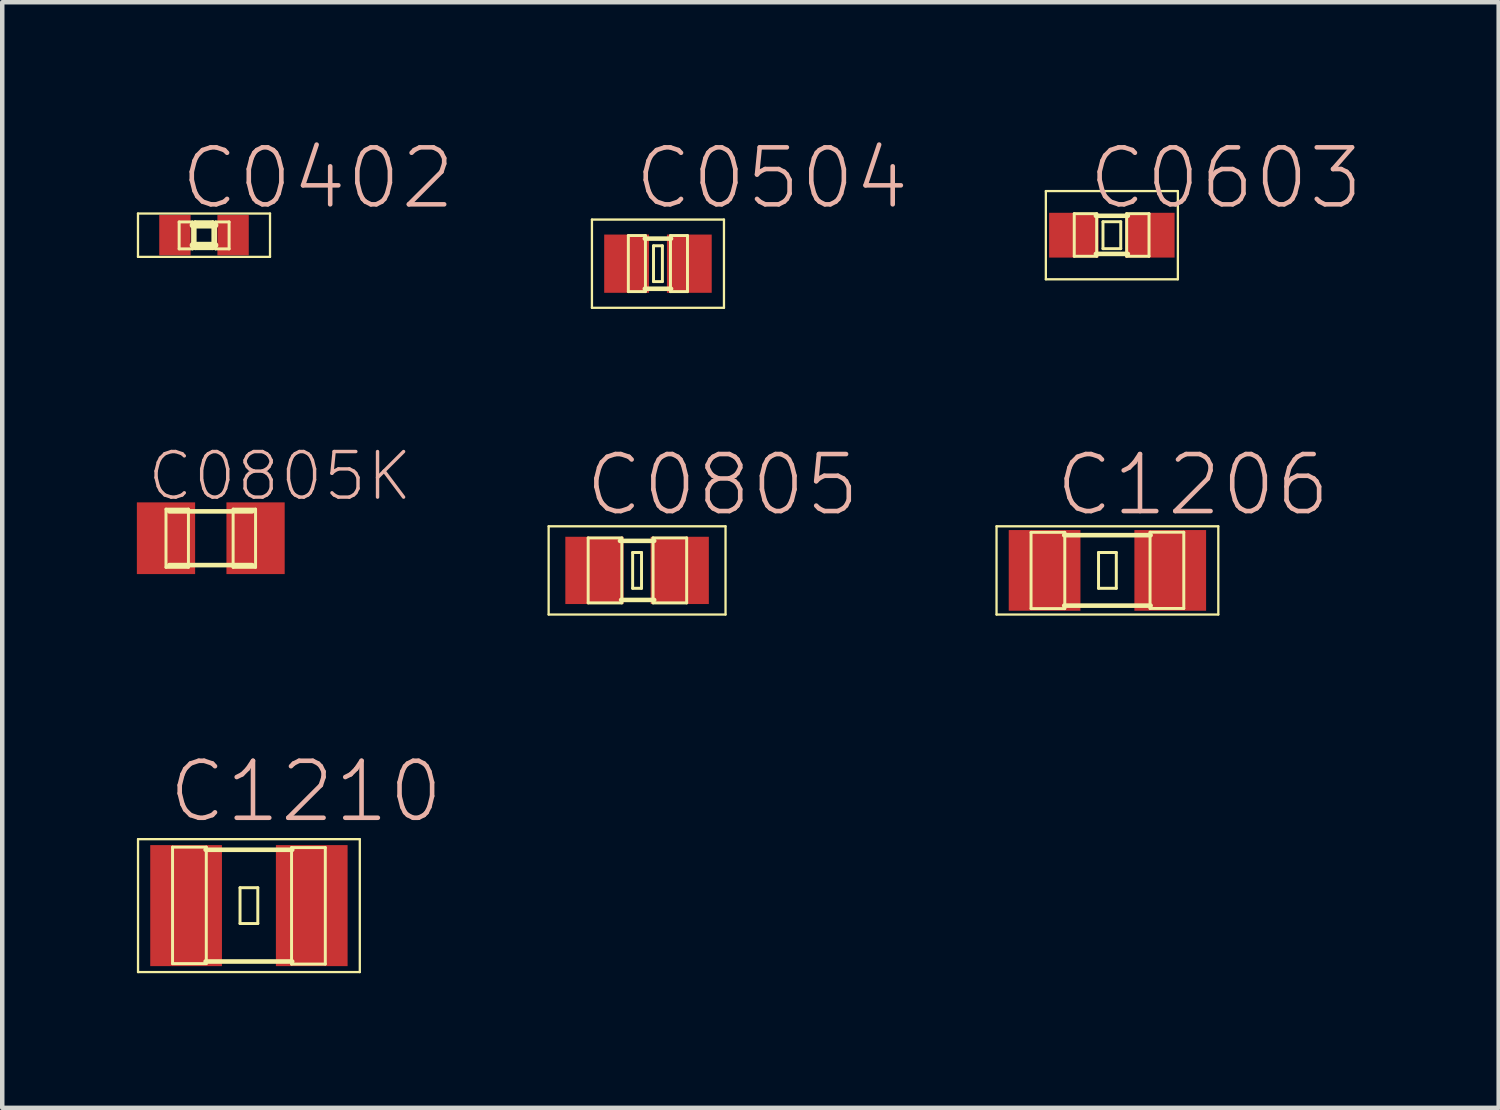
<source format=kicad_pcb>
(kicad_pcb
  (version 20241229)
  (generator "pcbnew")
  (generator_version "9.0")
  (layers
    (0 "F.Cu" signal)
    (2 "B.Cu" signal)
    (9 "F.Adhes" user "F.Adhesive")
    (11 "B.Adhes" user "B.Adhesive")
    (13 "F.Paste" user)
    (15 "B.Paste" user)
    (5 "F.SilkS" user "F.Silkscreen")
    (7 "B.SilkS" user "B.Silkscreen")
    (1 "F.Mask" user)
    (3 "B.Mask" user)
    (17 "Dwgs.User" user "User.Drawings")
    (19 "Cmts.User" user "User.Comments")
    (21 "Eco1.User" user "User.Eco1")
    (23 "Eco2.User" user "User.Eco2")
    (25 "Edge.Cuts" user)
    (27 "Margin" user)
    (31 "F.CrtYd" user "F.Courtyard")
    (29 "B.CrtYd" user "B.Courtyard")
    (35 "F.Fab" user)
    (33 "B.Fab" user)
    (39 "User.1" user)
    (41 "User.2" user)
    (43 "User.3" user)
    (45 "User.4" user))
  (footprint "C0402"
    (layer "F.Cu")
    (at 1.496 2.191)
    (property "Reference" "C0402" (at 2.54 -1.27 0) (layer "B.SilkS") (effects (font (size 1.27 1.27) (thickness 0.102))))
    (attr smd)
    (fp_line (start -1.471 -0.483) (end 1.471 -0.483) (stroke (width 0.051) (type solid)) (layer "F.SilkS"))
    (fp_line (start -1.471 0.483) (end -1.471 -0.483) (stroke (width 0.051) (type solid)) (layer "F.SilkS"))
    (fp_line (start -0.554 -0.295) (end -0.254 -0.295) (stroke (width 0.066) (type solid)) (layer "F.SilkS"))
    (fp_line (start -0.554 0.305) (end -0.554 -0.295) (stroke (width 0.066) (type solid)) (layer "F.SilkS"))
    (fp_line (start -0.554 0.305) (end -0.254 0.305) (stroke (width 0.066) (type solid)) (layer "F.SilkS"))
    (fp_line (start -0.254 0.305) (end -0.254 -0.295) (stroke (width 0.066) (type solid)) (layer "F.SilkS"))
    (fp_line (start -0.244 -0.224) (end 0.244 -0.224) (stroke (width 0.152) (type solid)) (layer "F.SilkS"))
    (fp_line (start -0.198 -0.3) (end 0.198 -0.3) (stroke (width 0.066) (type solid)) (layer "F.SilkS"))
    (fp_line (start -0.198 0.3) (end -0.198 -0.3) (stroke (width 0.066) (type solid)) (layer "F.SilkS"))
    (fp_line (start -0.198 0.3) (end 0.198 0.3) (stroke (width 0.066) (type solid)) (layer "F.SilkS"))
    (fp_line (start 0.198 0.3) (end 0.198 -0.3) (stroke (width 0.066) (type solid)) (layer "F.SilkS"))
    (fp_line (start 0.244 0.224) (end -0.244 0.224) (stroke (width 0.152) (type solid)) (layer "F.SilkS"))
    (fp_line (start 0.257 -0.295) (end 0.559 -0.295) (stroke (width 0.066) (type solid)) (layer "F.SilkS"))
    (fp_line (start 0.257 0.305) (end 0.257 -0.295) (stroke (width 0.066) (type solid)) (layer "F.SilkS"))
    (fp_line (start 0.257 0.305) (end 0.559 0.305) (stroke (width 0.066) (type solid)) (layer "F.SilkS"))
    (fp_line (start 0.559 0.305) (end 0.559 -0.295) (stroke (width 0.066) (type solid)) (layer "F.SilkS"))
    (fp_line (start 1.471 -0.483) (end 1.471 0.483) (stroke (width 0.051) (type solid)) (layer "F.SilkS"))
    (fp_line (start 1.471 0.483) (end -1.471 0.483) (stroke (width 0.051) (type solid)) (layer "F.SilkS"))
    (pad "1" smd rect (at -0.648 0) (size 0.699 0.899) (layers "F.Cu" "F.Mask" "F.Paste"))
    (pad "2" smd rect (at 0.648 0) (size 0.699 0.899) (layers "F.Cu" "F.Mask" "F.Paste")))
  (footprint "C0805K"
    (layer "F.Cu")
    (at 1.647 8.944)
    (property "Reference" "C0805K" (at 1.539 -1.382 0) (layer "B.SilkS") (effects (font (size 1.016 1.016) (thickness 0.076))))
    (attr smd)
    (fp_line (start -0.998 -0.648) (end -0.498 -0.648) (stroke (width 0.066) (type solid)) (layer "F.SilkS"))
    (fp_line (start -0.998 0.648) (end -0.998 -0.648) (stroke (width 0.066) (type solid)) (layer "F.SilkS"))
    (fp_line (start -0.998 0.648) (end -0.498 0.648) (stroke (width 0.066) (type solid)) (layer "F.SilkS"))
    (fp_line (start -0.925 -0.599) (end 0.925 -0.599) (stroke (width 0.102) (type solid)) (layer "F.SilkS"))
    (fp_line (start -0.498 0.648) (end -0.498 -0.648) (stroke (width 0.066) (type solid)) (layer "F.SilkS"))
    (fp_line (start 0.498 -0.648) (end 0.998 -0.648) (stroke (width 0.066) (type solid)) (layer "F.SilkS"))
    (fp_line (start 0.498 0.648) (end 0.498 -0.648) (stroke (width 0.066) (type solid)) (layer "F.SilkS"))
    (fp_line (start 0.498 0.648) (end 0.998 0.648) (stroke (width 0.066) (type solid)) (layer "F.SilkS"))
    (fp_line (start 0.925 0.599) (end -0.925 0.599) (stroke (width 0.102) (type solid)) (layer "F.SilkS"))
    (fp_line (start 0.998 0.648) (end 0.998 -0.648) (stroke (width 0.066) (type solid)) (layer "F.SilkS"))
    (pad "1" smd rect (at -0.998 0) (size 1.298 1.598) (layers "F.Cu" "F.Mask" "F.Paste"))
    (pad "2" smd rect (at 0.998 0) (size 1.298 1.598) (layers "F.Cu" "F.Mask" "F.Paste")))
  (footprint "C0603"
    (layer "F.Cu")
    (at 21.727 2.191)
    (property "Reference" "C0603" (at 2.54 -1.27 0) (layer "B.SilkS") (effects (font (size 1.27 1.27) (thickness 0.102))))
    (attr smd)
    (fp_line (start -1.471 -0.983) (end 1.471 -0.983) (stroke (width 0.051) (type solid)) (layer "F.SilkS"))
    (fp_line (start -1.471 0.983) (end -1.471 -0.983) (stroke (width 0.051) (type solid)) (layer "F.SilkS"))
    (fp_line (start -0.838 -0.48) (end -0.338 -0.48) (stroke (width 0.066) (type solid)) (layer "F.SilkS"))
    (fp_line (start -0.838 0.47) (end -0.838 -0.48) (stroke (width 0.066) (type solid)) (layer "F.SilkS"))
    (fp_line (start -0.838 0.47) (end -0.338 0.47) (stroke (width 0.066) (type solid)) (layer "F.SilkS"))
    (fp_line (start -0.356 -0.432) (end 0.356 -0.432) (stroke (width 0.102) (type solid)) (layer "F.SilkS"))
    (fp_line (start -0.356 0.417) (end 0.356 0.417) (stroke (width 0.102) (type solid)) (layer "F.SilkS"))
    (fp_line (start -0.338 0.47) (end -0.338 -0.48) (stroke (width 0.066) (type solid)) (layer "F.SilkS"))
    (fp_line (start -0.198 -0.3) (end 0.198 -0.3) (stroke (width 0.066) (type solid)) (layer "F.SilkS"))
    (fp_line (start -0.198 0.3) (end -0.198 -0.3) (stroke (width 0.066) (type solid)) (layer "F.SilkS"))
    (fp_line (start -0.198 0.3) (end 0.198 0.3) (stroke (width 0.066) (type solid)) (layer "F.SilkS"))
    (fp_line (start 0.198 0.3) (end 0.198 -0.3) (stroke (width 0.066) (type solid)) (layer "F.SilkS"))
    (fp_line (start 0.33 -0.48) (end 0.828 -0.48) (stroke (width 0.066) (type solid)) (layer "F.SilkS"))
    (fp_line (start 0.33 0.47) (end 0.33 -0.48) (stroke (width 0.066) (type solid)) (layer "F.SilkS"))
    (fp_line (start 0.33 0.47) (end 0.828 0.47) (stroke (width 0.066) (type solid)) (layer "F.SilkS"))
    (fp_line (start 0.828 0.47) (end 0.828 -0.48) (stroke (width 0.066) (type solid)) (layer "F.SilkS"))
    (fp_line (start 1.471 -0.983) (end 1.471 0.983) (stroke (width 0.051) (type solid)) (layer "F.SilkS"))
    (fp_line (start 1.471 0.983) (end -1.471 0.983) (stroke (width 0.051) (type solid)) (layer "F.SilkS"))
    (pad "1" smd rect (at -0.848 0) (size 1.1 0.998) (layers "F.Cu" "F.Mask" "F.Paste"))
    (pad "2" smd rect (at 0.848 0) (size 1.1 0.998) (layers "F.Cu" "F.Mask" "F.Paste")))
  (footprint "C0805"
    (layer "F.Cu")
    (at 11.147 9.661)
    (property "Reference" "C0805" (at 1.905 -1.905 0) (layer "B.SilkS") (effects (font (size 1.27 1.27) (thickness 0.102))))
    (attr smd)
    (fp_line (start -1.971 -0.983) (end 1.971 -0.983) (stroke (width 0.051) (type solid)) (layer "F.SilkS"))
    (fp_line (start -1.971 0.983) (end -1.971 -0.983) (stroke (width 0.051) (type solid)) (layer "F.SilkS"))
    (fp_line (start -1.09 -0.724) (end -0.34 -0.724) (stroke (width 0.066) (type solid)) (layer "F.SilkS"))
    (fp_line (start -1.09 0.724) (end -1.09 -0.724) (stroke (width 0.066) (type solid)) (layer "F.SilkS"))
    (fp_line (start -1.09 0.724) (end -0.34 0.724) (stroke (width 0.066) (type solid)) (layer "F.SilkS"))
    (fp_line (start -0.381 -0.658) (end 0.381 -0.658) (stroke (width 0.102) (type solid)) (layer "F.SilkS"))
    (fp_line (start -0.356 0.658) (end 0.381 0.658) (stroke (width 0.102) (type solid)) (layer "F.SilkS"))
    (fp_line (start -0.34 0.724) (end -0.34 -0.724) (stroke (width 0.066) (type solid)) (layer "F.SilkS"))
    (fp_line (start -0.099 -0.399) (end 0.099 -0.399) (stroke (width 0.066) (type solid)) (layer "F.SilkS"))
    (fp_line (start -0.099 0.399) (end -0.099 -0.399) (stroke (width 0.066) (type solid)) (layer "F.SilkS"))
    (fp_line (start -0.099 0.399) (end 0.099 0.399) (stroke (width 0.066) (type solid)) (layer "F.SilkS"))
    (fp_line (start 0.099 0.399) (end 0.099 -0.399) (stroke (width 0.066) (type solid)) (layer "F.SilkS"))
    (fp_line (start 0.356 -0.724) (end 1.105 -0.724) (stroke (width 0.066) (type solid)) (layer "F.SilkS"))
    (fp_line (start 0.356 0.724) (end 0.356 -0.724) (stroke (width 0.066) (type solid)) (layer "F.SilkS"))
    (fp_line (start 0.356 0.724) (end 1.105 0.724) (stroke (width 0.066) (type solid)) (layer "F.SilkS"))
    (fp_line (start 1.105 0.724) (end 1.105 -0.724) (stroke (width 0.066) (type solid)) (layer "F.SilkS"))
    (fp_line (start 1.971 -0.983) (end 1.971 0.983) (stroke (width 0.051) (type solid)) (layer "F.SilkS"))
    (fp_line (start 1.971 0.983) (end -1.971 0.983) (stroke (width 0.051) (type solid)) (layer "F.SilkS"))
    (pad "1" smd rect (at -0.95 0) (size 1.298 1.499) (layers "F.Cu" "F.Mask" "F.Paste"))
    (pad "2" smd rect (at 0.95 0) (size 1.298 1.499) (layers "F.Cu" "F.Mask" "F.Paste")))
  (footprint "C1206"
    (layer "F.Cu")
    (at 21.628 9.661)
    (property "Reference" "C1206" (at 1.905 -1.905 0) (layer "B.SilkS") (effects (font (size 1.27 1.27) (thickness 0.102))))
    (attr smd)
    (fp_line (start -2.471 -0.983) (end 2.471 -0.983) (stroke (width 0.051) (type solid)) (layer "F.SilkS"))
    (fp_line (start -2.471 0.983) (end -2.471 -0.983) (stroke (width 0.051) (type solid)) (layer "F.SilkS"))
    (fp_line (start -1.702 -0.848) (end -0.95 -0.848) (stroke (width 0.066) (type solid)) (layer "F.SilkS"))
    (fp_line (start -1.702 0.851) (end -1.702 -0.848) (stroke (width 0.066) (type solid)) (layer "F.SilkS"))
    (fp_line (start -1.702 0.851) (end -0.95 0.851) (stroke (width 0.066) (type solid)) (layer "F.SilkS"))
    (fp_line (start -0.963 -0.785) (end 0.963 -0.785) (stroke (width 0.102) (type solid)) (layer "F.SilkS"))
    (fp_line (start -0.963 0.785) (end 0.963 0.785) (stroke (width 0.102) (type solid)) (layer "F.SilkS"))
    (fp_line (start -0.95 0.851) (end -0.95 -0.848) (stroke (width 0.066) (type solid)) (layer "F.SilkS"))
    (fp_line (start -0.198 -0.399) (end 0.198 -0.399) (stroke (width 0.066) (type solid)) (layer "F.SilkS"))
    (fp_line (start -0.198 0.399) (end -0.198 -0.399) (stroke (width 0.066) (type solid)) (layer "F.SilkS"))
    (fp_line (start -0.198 0.399) (end 0.198 0.399) (stroke (width 0.066) (type solid)) (layer "F.SilkS"))
    (fp_line (start 0.198 0.399) (end 0.198 -0.399) (stroke (width 0.066) (type solid)) (layer "F.SilkS"))
    (fp_line (start 0.95 -0.851) (end 1.702 -0.851) (stroke (width 0.066) (type solid)) (layer "F.SilkS"))
    (fp_line (start 0.95 0.848) (end 0.95 -0.851) (stroke (width 0.066) (type solid)) (layer "F.SilkS"))
    (fp_line (start 0.95 0.848) (end 1.702 0.848) (stroke (width 0.066) (type solid)) (layer "F.SilkS"))
    (fp_line (start 1.702 0.848) (end 1.702 -0.851) (stroke (width 0.066) (type solid)) (layer "F.SilkS"))
    (fp_line (start 2.471 -0.983) (end 2.471 0.983) (stroke (width 0.051) (type solid)) (layer "F.SilkS"))
    (fp_line (start 2.471 0.983) (end -2.471 0.983) (stroke (width 0.051) (type solid)) (layer "F.SilkS"))
    (pad "1" smd rect (at -1.4 0) (size 1.598 1.798) (layers "F.Cu" "F.Mask" "F.Paste"))
    (pad "2" smd rect (at 1.4 0) (size 1.598 1.798) (layers "F.Cu" "F.Mask" "F.Paste")))
  (footprint "C0504"
    (layer "F.Cu")
    (at 11.612 2.826)
    (property "Reference" "C0504" (at 2.54 -1.905 0) (layer "B.SilkS") (effects (font (size 1.27 1.27) (thickness 0.102))))
    (attr smd)
    (fp_line (start -1.471 -0.983) (end 1.471 -0.983) (stroke (width 0.051) (type solid)) (layer "F.SilkS"))
    (fp_line (start -1.471 0.983) (end -1.471 -0.983) (stroke (width 0.051) (type solid)) (layer "F.SilkS"))
    (fp_line (start -0.66 -0.627) (end -0.279 -0.627) (stroke (width 0.066) (type solid)) (layer "F.SilkS"))
    (fp_line (start -0.66 0.622) (end -0.66 -0.627) (stroke (width 0.066) (type solid)) (layer "F.SilkS"))
    (fp_line (start -0.66 0.622) (end -0.279 0.622) (stroke (width 0.066) (type solid)) (layer "F.SilkS"))
    (fp_line (start -0.292 -0.559) (end 0.292 -0.559) (stroke (width 0.102) (type solid)) (layer "F.SilkS"))
    (fp_line (start -0.292 0.559) (end 0.292 0.559) (stroke (width 0.102) (type solid)) (layer "F.SilkS"))
    (fp_line (start -0.279 0.622) (end -0.279 -0.627) (stroke (width 0.066) (type solid)) (layer "F.SilkS"))
    (fp_line (start -0.099 -0.399) (end 0.099 -0.399) (stroke (width 0.066) (type solid)) (layer "F.SilkS"))
    (fp_line (start -0.099 0.399) (end -0.099 -0.399) (stroke (width 0.066) (type solid)) (layer "F.SilkS"))
    (fp_line (start -0.099 0.399) (end 0.099 0.399) (stroke (width 0.066) (type solid)) (layer "F.SilkS"))
    (fp_line (start 0.099 0.399) (end 0.099 -0.399) (stroke (width 0.066) (type solid)) (layer "F.SilkS"))
    (fp_line (start 0.279 -0.627) (end 0.658 -0.627) (stroke (width 0.066) (type solid)) (layer "F.SilkS"))
    (fp_line (start 0.279 0.622) (end 0.279 -0.627) (stroke (width 0.066) (type solid)) (layer "F.SilkS"))
    (fp_line (start 0.279 0.622) (end 0.658 0.622) (stroke (width 0.066) (type solid)) (layer "F.SilkS"))
    (fp_line (start 0.658 0.622) (end 0.658 -0.627) (stroke (width 0.066) (type solid)) (layer "F.SilkS"))
    (fp_line (start 1.471 -0.983) (end 1.471 0.983) (stroke (width 0.051) (type solid)) (layer "F.SilkS"))
    (fp_line (start 1.471 0.983) (end -1.471 0.983) (stroke (width 0.051) (type solid)) (layer "F.SilkS"))
    (pad "1" smd rect (at -0.699 0) (size 0.998 1.298) (layers "F.Cu" "F.Mask" "F.Paste"))
    (pad "2" smd rect (at 0.699 0) (size 0.998 1.298) (layers "F.Cu" "F.Mask" "F.Paste")))
  (footprint "C1210"
    (layer "F.Cu")
    (at 2.497 17.131)
    (property "Reference" "C1210" (at 1.27 -2.54 0) (layer "B.SilkS") (effects (font (size 1.27 1.27) (thickness 0.102))))
    (attr smd)
    (fp_line (start -2.471 -1.481) (end 2.471 -1.481) (stroke (width 0.051) (type solid)) (layer "F.SilkS"))
    (fp_line (start -2.471 1.481) (end -2.471 -1.481) (stroke (width 0.051) (type solid)) (layer "F.SilkS"))
    (fp_line (start -1.702 -1.303) (end -0.95 -1.303) (stroke (width 0.066) (type solid)) (layer "F.SilkS"))
    (fp_line (start -1.702 1.293) (end -1.702 -1.303) (stroke (width 0.066) (type solid)) (layer "F.SilkS"))
    (fp_line (start -1.702 1.293) (end -0.95 1.293) (stroke (width 0.066) (type solid)) (layer "F.SilkS"))
    (fp_line (start -0.965 -1.245) (end 0.965 -1.245) (stroke (width 0.102) (type solid)) (layer "F.SilkS"))
    (fp_line (start -0.965 1.245) (end 0.965 1.245) (stroke (width 0.102) (type solid)) (layer "F.SilkS"))
    (fp_line (start -0.95 1.293) (end -0.95 -1.303) (stroke (width 0.066) (type solid)) (layer "F.SilkS"))
    (fp_line (start -0.198 -0.399) (end 0.198 -0.399) (stroke (width 0.066) (type solid)) (layer "F.SilkS"))
    (fp_line (start -0.198 0.399) (end -0.198 -0.399) (stroke (width 0.066) (type solid)) (layer "F.SilkS"))
    (fp_line (start -0.198 0.399) (end 0.198 0.399) (stroke (width 0.066) (type solid)) (layer "F.SilkS"))
    (fp_line (start 0.198 0.399) (end 0.198 -0.399) (stroke (width 0.066) (type solid)) (layer "F.SilkS"))
    (fp_line (start 0.95 -1.293) (end 1.702 -1.293) (stroke (width 0.066) (type solid)) (layer "F.SilkS"))
    (fp_line (start 0.95 1.303) (end 0.95 -1.293) (stroke (width 0.066) (type solid)) (layer "F.SilkS"))
    (fp_line (start 0.95 1.303) (end 1.702 1.303) (stroke (width 0.066) (type solid)) (layer "F.SilkS"))
    (fp_line (start 1.702 1.303) (end 1.702 -1.293) (stroke (width 0.066) (type solid)) (layer "F.SilkS"))
    (fp_line (start 2.471 -1.481) (end 2.471 1.481) (stroke (width 0.051) (type solid)) (layer "F.SilkS"))
    (fp_line (start 2.471 1.481) (end -2.471 1.481) (stroke (width 0.051) (type solid)) (layer "F.SilkS"))
    (pad "1" smd rect (at -1.4 0) (size 1.598 2.697) (layers "F.Cu" "F.Mask" "F.Paste"))
    (pad "2" smd rect (at 1.4 0) (size 1.598 2.697) (layers "F.Cu" "F.Mask" "F.Paste")))
  (gr_rect
    (start -3 -3)
    (end 30.347 21.637)
    (stroke (width 0.1) (type default))
    (fill no)
    (layer "Edge.Cuts")))
</source>
